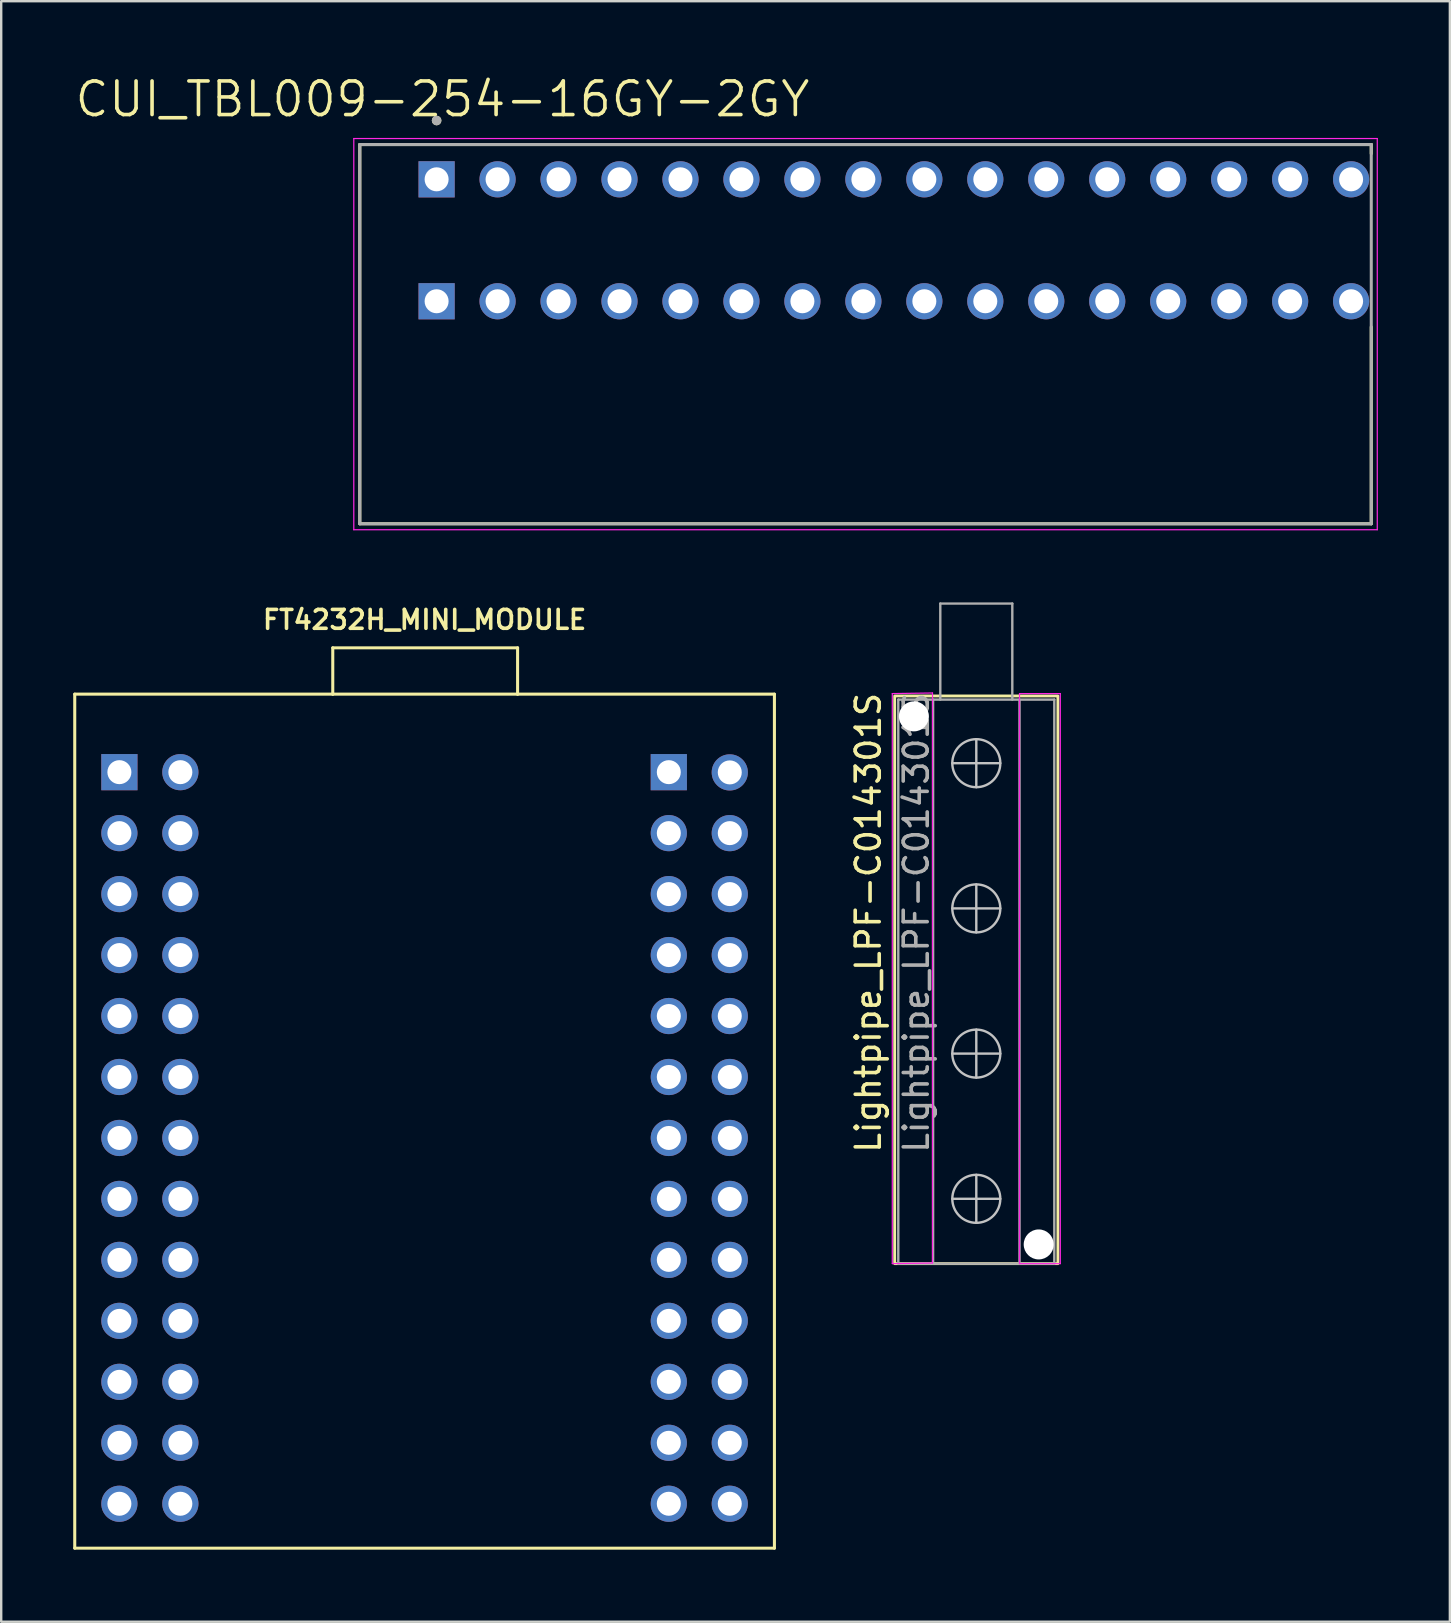
<source format=kicad_pcb>
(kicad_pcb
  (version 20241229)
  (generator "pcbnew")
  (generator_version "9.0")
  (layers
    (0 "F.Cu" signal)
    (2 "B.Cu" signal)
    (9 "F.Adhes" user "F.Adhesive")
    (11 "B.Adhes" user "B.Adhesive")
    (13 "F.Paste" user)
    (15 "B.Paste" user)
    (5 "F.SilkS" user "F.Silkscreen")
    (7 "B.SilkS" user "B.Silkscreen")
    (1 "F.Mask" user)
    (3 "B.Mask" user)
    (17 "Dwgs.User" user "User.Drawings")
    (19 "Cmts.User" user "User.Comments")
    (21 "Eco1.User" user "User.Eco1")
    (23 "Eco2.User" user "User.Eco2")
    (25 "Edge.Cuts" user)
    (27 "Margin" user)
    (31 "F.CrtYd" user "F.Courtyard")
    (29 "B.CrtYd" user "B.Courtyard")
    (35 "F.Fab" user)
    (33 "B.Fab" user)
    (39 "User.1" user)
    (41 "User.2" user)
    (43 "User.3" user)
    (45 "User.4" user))
  (footprint "FT4232H_MINI_MODULE"
    (layer "F.Cu")
    (at 14.639 45.63)
    (property "Reference" "FT4232H_MINI_MODULE" (at 0 -22.86 0) (layer "F.SilkS") (effects (font (size 0.787 0.787) (thickness 0.15))))
    (attr through_hole)
    (fp_line (start -14.575 -19.76) (end -14.575 15.82) (stroke (width 0.127) (type solid)) (layer "F.SilkS"))
    (fp_line (start -14.575 15.82) (end 14.575 15.82) (stroke (width 0.127) (type solid)) (layer "F.SilkS"))
    (fp_line (start -3.825 -21.69) (end 3.875 -21.69) (stroke (width 0.127) (type solid)) (layer "F.SilkS"))
    (fp_line (start -3.825 -19.76) (end -14.575 -19.76) (stroke (width 0.127) (type solid)) (layer "F.SilkS"))
    (fp_line (start -3.825 -19.76) (end -3.825 -21.69) (stroke (width 0.127) (type solid)) (layer "F.SilkS"))
    (fp_line (start 3.875 -21.69) (end 3.875 -19.76) (stroke (width 0.127) (type solid)) (layer "F.SilkS"))
    (fp_line (start 3.875 -19.76) (end -3.825 -19.76) (stroke (width 0.127) (type solid)) (layer "F.SilkS"))
    (fp_line (start 14.575 -19.76) (end 3.875 -19.76) (stroke (width 0.127) (type solid)) (layer "F.SilkS"))
    (fp_line (start 14.575 15.82) (end 14.575 -19.76) (stroke (width 0.127) (type solid)) (layer "F.SilkS"))
    (pad "CN2-1" thru_hole rect (at -12.715 -16.51) (size 1.508 1.508) (drill 1) (layers "*.Cu" "*.Mask"))
    (pad "CN2-2" thru_hole circle (at -10.175 -16.51) (size 1.508 1.508) (drill 1) (layers "*.Cu" "*.Mask"))
    (pad "CN2-3" thru_hole circle (at -12.715 -13.97) (size 1.508 1.508) (drill 1) (layers "*.Cu" "*.Mask"))
    (pad "CN2-4" thru_hole circle (at -10.175 -13.97) (size 1.508 1.508) (drill 1) (layers "*.Cu" "*.Mask"))
    (pad "CN2-5" thru_hole circle (at -12.715 -11.43) (size 1.508 1.508) (drill 1) (layers "*.Cu" "*.Mask"))
    (pad "CN2-6" thru_hole circle (at -10.175 -11.43) (size 1.508 1.508) (drill 1) (layers "*.Cu" "*.Mask"))
    (pad "CN2-7" thru_hole circle (at -12.715 -8.89) (size 1.508 1.508) (drill 1) (layers "*.Cu" "*.Mask"))
    (pad "CN2-8" thru_hole circle (at -10.175 -8.89) (size 1.508 1.508) (drill 1) (layers "*.Cu" "*.Mask"))
    (pad "CN2-9" thru_hole circle (at -12.715 -6.35) (size 1.508 1.508) (drill 1) (layers "*.Cu" "*.Mask"))
    (pad "CN2-10" thru_hole circle (at -10.175 -6.35) (size 1.508 1.508) (drill 1) (layers "*.Cu" "*.Mask"))
    (pad "CN2-11" thru_hole circle (at -12.715 -3.81) (size 1.508 1.508) (drill 1) (layers "*.Cu" "*.Mask"))
    (pad "CN2-12" thru_hole circle (at -10.175 -3.81) (size 1.508 1.508) (drill 1) (layers "*.Cu" "*.Mask"))
    (pad "CN2-13" thru_hole circle (at -12.715 -1.27) (size 1.508 1.508) (drill 1) (layers "*.Cu" "*.Mask"))
    (pad "CN2-14" thru_hole circle (at -10.175 -1.27) (size 1.508 1.508) (drill 1) (layers "*.Cu" "*.Mask"))
    (pad "CN2-15" thru_hole circle (at -12.715 1.27) (size 1.508 1.508) (drill 1) (layers "*.Cu" "*.Mask"))
    (pad "CN2-16" thru_hole circle (at -10.175 1.27) (size 1.508 1.508) (drill 1) (layers "*.Cu" "*.Mask"))
    (pad "CN2-17" thru_hole circle (at -12.715 3.81) (size 1.508 1.508) (drill 1) (layers "*.Cu" "*.Mask"))
    (pad "CN2-18" thru_hole circle (at -10.175 3.81) (size 1.508 1.508) (drill 1) (layers "*.Cu" "*.Mask"))
    (pad "CN2-19" thru_hole circle (at -12.715 6.35) (size 1.508 1.508) (drill 1) (layers "*.Cu" "*.Mask"))
    (pad "CN2-20" thru_hole circle (at -10.175 6.35) (size 1.508 1.508) (drill 1) (layers "*.Cu" "*.Mask"))
    (pad "CN2-21" thru_hole circle (at -12.715 8.89) (size 1.508 1.508) (drill 1) (layers "*.Cu" "*.Mask"))
    (pad "CN2-22" thru_hole circle (at -10.175 8.89) (size 1.508 1.508) (drill 1) (layers "*.Cu" "*.Mask"))
    (pad "CN2-23" thru_hole circle (at -12.715 11.43) (size 1.508 1.508) (drill 1) (layers "*.Cu" "*.Mask"))
    (pad "CN2-24" thru_hole circle (at -10.175 11.43) (size 1.508 1.508) (drill 1) (layers "*.Cu" "*.Mask"))
    (pad "CN2-25" thru_hole circle (at -12.715 13.97) (size 1.508 1.508) (drill 1) (layers "*.Cu" "*.Mask"))
    (pad "CN2-26" thru_hole circle (at -10.175 13.97) (size 1.508 1.508) (drill 1) (layers "*.Cu" "*.Mask"))
    (pad "CN3-1" thru_hole rect (at 10.175 -16.51) (size 1.508 1.508) (drill 1) (layers "*.Cu" "*.Mask"))
    (pad "CN3-2" thru_hole circle (at 12.715 -16.5) (size 1.508 1.508) (drill 1) (layers "*.Cu" "*.Mask"))
    (pad "CN3-3" thru_hole circle (at 10.175 -13.97) (size 1.508 1.508) (drill 1) (layers "*.Cu" "*.Mask"))
    (pad "CN3-4" thru_hole circle (at 12.715 -13.97) (size 1.508 1.508) (drill 1) (layers "*.Cu" "*.Mask"))
    (pad "CN3-5" thru_hole circle (at 10.175 -11.43) (size 1.508 1.508) (drill 1) (layers "*.Cu" "*.Mask"))
    (pad "CN3-6" thru_hole circle (at 12.715 -11.43) (size 1.508 1.508) (drill 1) (layers "*.Cu" "*.Mask"))
    (pad "CN3-7" thru_hole circle (at 10.175 -8.89) (size 1.508 1.508) (drill 1) (layers "*.Cu" "*.Mask"))
    (pad "CN3-8" thru_hole circle (at 12.715 -8.89) (size 1.508 1.508) (drill 1) (layers "*.Cu" "*.Mask"))
    (pad "CN3-9" thru_hole circle (at 10.175 -6.35) (size 1.508 1.508) (drill 1) (layers "*.Cu" "*.Mask"))
    (pad "CN3-10" thru_hole circle (at 12.715 -6.35) (size 1.508 1.508) (drill 1) (layers "*.Cu" "*.Mask"))
    (pad "CN3-11" thru_hole circle (at 10.175 -3.81) (size 1.508 1.508) (drill 1) (layers "*.Cu" "*.Mask"))
    (pad "CN3-12" thru_hole circle (at 12.715 -3.81) (size 1.508 1.508) (drill 1) (layers "*.Cu" "*.Mask"))
    (pad "CN3-13" thru_hole circle (at 10.175 -1.27) (size 1.508 1.508) (drill 1) (layers "*.Cu" "*.Mask"))
    (pad "CN3-14" thru_hole circle (at 12.715 -1.27) (size 1.508 1.508) (drill 1) (layers "*.Cu" "*.Mask"))
    (pad "CN3-15" thru_hole circle (at 10.175 1.27) (size 1.508 1.508) (drill 1) (layers "*.Cu" "*.Mask"))
    (pad "CN3-16" thru_hole circle (at 12.715 1.27) (size 1.508 1.508) (drill 1) (layers "*.Cu" "*.Mask"))
    (pad "CN3-17" thru_hole circle (at 10.175 3.81) (size 1.508 1.508) (drill 1) (layers "*.Cu" "*.Mask"))
    (pad "CN3-18" thru_hole circle (at 12.715 3.81) (size 1.508 1.508) (drill 1) (layers "*.Cu" "*.Mask"))
    (pad "CN3-19" thru_hole circle (at 10.175 6.35) (size 1.508 1.508) (drill 1) (layers "*.Cu" "*.Mask"))
    (pad "CN3-20" thru_hole circle (at 12.715 6.35) (size 1.508 1.508) (drill 1) (layers "*.Cu" "*.Mask"))
    (pad "CN3-21" thru_hole circle (at 10.175 8.89) (size 1.508 1.508) (drill 1) (layers "*.Cu" "*.Mask"))
    (pad "CN3-22" thru_hole circle (at 12.715 8.89) (size 1.508 1.508) (drill 1) (layers "*.Cu" "*.Mask"))
    (pad "CN3-23" thru_hole circle (at 10.175 11.43) (size 1.508 1.508) (drill 1) (layers "*.Cu" "*.Mask"))
    (pad "CN3-24" thru_hole circle (at 12.715 11.43) (size 1.508 1.508) (drill 1) (layers "*.Cu" "*.Mask"))
    (pad "CN3-25" thru_hole circle (at 10.175 13.97) (size 1.508 1.508) (drill 1) (layers "*.Cu" "*.Mask"))
    (pad "CN3-26" thru_hole circle (at 12.715 13.97) (size 1.508 1.508) (drill 1) (layers "*.Cu" "*.Mask")))
  (footprint "Lightpipe_LPF-C014301S"
    (layer "F.Cu")
    (at 37.625 26.096)
    (property "Reference" "Lightpipe_LPF-C014301S" (at -4.5 9.3 270) (layer "F.SilkS") (effects (font (size 1 1) (thickness 0.15))))
    (attr exclude_from_pos_files)
    (fp_rect (start -3.4 -0.15) (end 3.4 23.5) (stroke (width 0.12) (type solid)) (fill no) (layer "F.SilkS"))
    (fp_line (start 0 3.65) (end 0 1.65) (stroke (width 0.1) (type solid)) (layer "Dwgs.User"))
    (fp_line (start 0 9.7) (end 0 7.7) (stroke (width 0.1) (type solid)) (layer "Dwgs.User"))
    (fp_line (start 0 15.75) (end 0 13.75) (stroke (width 0.1) (type solid)) (layer "Dwgs.User"))
    (fp_line (start 0 21.8) (end 0 19.8) (stroke (width 0.1) (type solid)) (layer "Dwgs.User"))
    (fp_line (start 1 2.65) (end -1 2.65) (stroke (width 0.1) (type solid)) (layer "Dwgs.User"))
    (fp_line (start 1 8.7) (end -1 8.7) (stroke (width 0.1) (type solid)) (layer "Dwgs.User"))
    (fp_line (start 1 14.75) (end -1 14.75) (stroke (width 0.1) (type solid)) (layer "Dwgs.User"))
    (fp_line (start 1 20.8) (end -1 20.8) (stroke (width 0.1) (type solid)) (layer "Dwgs.User"))
    (fp_circle (center 0 2.65) (end 1 2.65) (stroke (width 0.1) (type solid)) (fill no) (layer "Dwgs.User"))
    (fp_circle (center 0 8.7) (end 1 8.7) (stroke (width 0.1) (type solid)) (fill no) (layer "Dwgs.User"))
    (fp_circle (center 0 14.75) (end 1 14.75) (stroke (width 0.1) (type solid)) (fill no) (layer "Dwgs.User"))
    (fp_circle (center 0 20.8) (end 1 20.8) (stroke (width 0.1) (type solid)) (fill no) (layer "Dwgs.User"))
    (fp_line (start -3.5 -0.25) (end -1.825 -0.275) (stroke (width 0.05) (type solid)) (layer "F.CrtYd"))
    (fp_line (start -3.5 23.5) (end -3.5 -0.25) (stroke (width 0.05) (type solid)) (layer "F.CrtYd"))
    (fp_line (start -1.825 -0.275) (end -1.825 23.475) (stroke (width 0.05) (type solid)) (layer "F.CrtYd"))
    (fp_line (start -1.825 23.475) (end -3.5 23.5) (stroke (width 0.05) (type solid)) (layer "F.CrtYd"))
    (fp_line (start 1.8 -0.25) (end 1.8 23.5) (stroke (width 0.05) (type solid)) (layer "F.CrtYd"))
    (fp_line (start 1.8 -0.25) (end 3.5 -0.25) (stroke (width 0.05) (type solid)) (layer "F.CrtYd"))
    (fp_line (start 3.5 -0.25) (end 3.5 23.5) (stroke (width 0.05) (type solid)) (layer "F.CrtYd"))
    (fp_line (start 3.5 23.5) (end 1.8 23.5) (stroke (width 0.05) (type solid)) (layer "F.CrtYd"))
    (fp_line (start -3.25 23.5) (end -3.25 0) (stroke (width 0.1) (type solid)) (layer "F.Fab"))
    (fp_line (start -1.8 23.5) (end -1.8 0) (stroke (width 0.1) (type solid)) (layer "F.Fab"))
    (fp_line (start -1.5 -4) (end -1.5 0) (stroke (width 0.1) (type solid)) (layer "F.Fab"))
    (fp_line (start 1.5 -4) (end -1.5 -4) (stroke (width 0.1) (type solid)) (layer "F.Fab"))
    (fp_line (start 1.5 0) (end 1.5 -4) (stroke (width 0.1) (type solid)) (layer "F.Fab"))
    (fp_line (start 1.8 23.5) (end 1.8 0) (stroke (width 0.1) (type solid)) (layer "F.Fab"))
    (fp_line (start 3.25 0) (end -3.25 0) (stroke (width 0.1) (type solid)) (layer "F.Fab"))
    (fp_line (start 3.25 23.5) (end -3.25 23.5) (stroke (width 0.1) (type solid)) (layer "F.Fab"))
    (fp_line (start 3.25 23.5) (end 3.25 0) (stroke (width 0.1) (type solid)) (layer "F.Fab"))
    (fp_text user "${REFERENCE}" (at -2.5 9.3 90) (layer "F.Fab") (effects (font (size 1 1) (thickness 0.15))))
    (pad "" np_thru_hole circle (at -2.6 0.7 180) (size 1.25 1.25) (drill 1.25) (layers "*.Cu" "*.Mask"))
    (pad "" np_thru_hole circle (at 2.6 22.7 180) (size 1.25 1.25) (drill 1.25) (layers "*.Cu" "*.Mask")))
  (footprint "CUI_TBL009-254-16GY-2GY"
    (layer "F.Cu")
    (at 15.14 4.421)
    (property "Reference" "CUI_TBL009-254-16GY-2GY" (at 0.245 -3.339 0) (layer "F.SilkS") (effects (font (size 1.4 1.4) (thickness 0.15))))
    (attr through_hole)
    (fp_line (start -3.2 -1.45) (end 38.94 -1.45) (stroke (width 0.127) (type solid)) (layer "F.SilkS"))
    (fp_line (start -3.2 14.35) (end -3.2 -1.45) (stroke (width 0.127) (type solid)) (layer "F.SilkS"))
    (fp_line (start 38.94 -1.45) (end 38.94 -1.07) (stroke (width 0.127) (type solid)) (layer "F.SilkS"))
    (fp_line (start 38.94 6.15) (end 38.94 14.35) (stroke (width 0.127) (type solid)) (layer "F.SilkS"))
    (fp_line (start 38.94 14.35) (end -3.2 14.35) (stroke (width 0.127) (type solid)) (layer "F.SilkS"))
    (fp_circle (center 0 -2.45) (end 0.1 -2.45) (stroke (width 0.2) (type solid)) (fill no) (layer "F.SilkS"))
    (fp_line (start -3.45 -1.7) (end 39.19 -1.7) (stroke (width 0.05) (type solid)) (layer "F.CrtYd"))
    (fp_line (start -3.45 14.6) (end -3.45 -1.7) (stroke (width 0.05) (type solid)) (layer "F.CrtYd"))
    (fp_line (start 39.19 -1.7) (end 39.19 14.6) (stroke (width 0.05) (type solid)) (layer "F.CrtYd"))
    (fp_line (start 39.19 14.6) (end -3.45 14.6) (stroke (width 0.05) (type solid)) (layer "F.CrtYd"))
    (fp_line (start -3.2 -1.45) (end 38.94 -1.45) (stroke (width 0.127) (type solid)) (layer "F.Fab"))
    (fp_line (start -3.2 14.35) (end -3.2 -1.45) (stroke (width 0.127) (type solid)) (layer "F.Fab"))
    (fp_line (start 38.94 -1.45) (end 38.94 14.35) (stroke (width 0.127) (type solid)) (layer "F.Fab"))
    (fp_line (start 38.94 14.35) (end -3.2 14.35) (stroke (width 0.127) (type solid)) (layer "F.Fab"))
    (fp_circle (center 0 -2.45) (end 0.1 -2.45) (stroke (width 0.2) (type solid)) (fill no) (layer "F.Fab"))
    (pad "1_A" thru_hole rect (at 0 0) (size 1.508 1.508) (drill 1) (layers "*.Cu" "*.Mask"))
    (pad "1_B" thru_hole rect (at 0 5.08) (size 1.508 1.508) (drill 1) (layers "*.Cu" "*.Mask"))
    (pad "2_A" thru_hole circle (at 2.54 0) (size 1.508 1.508) (drill 1) (layers "*.Cu" "*.Mask"))
    (pad "2_B" thru_hole circle (at 2.54 5.08) (size 1.508 1.508) (drill 1) (layers "*.Cu" "*.Mask"))
    (pad "3_A" thru_hole circle (at 5.08 0) (size 1.508 1.508) (drill 1) (layers "*.Cu" "*.Mask"))
    (pad "3_B" thru_hole circle (at 5.08 5.08) (size 1.508 1.508) (drill 1) (layers "*.Cu" "*.Mask"))
    (pad "4_A" thru_hole circle (at 7.62 0) (size 1.508 1.508) (drill 1) (layers "*.Cu" "*.Mask"))
    (pad "4_B" thru_hole circle (at 7.62 5.08) (size 1.508 1.508) (drill 1) (layers "*.Cu" "*.Mask"))
    (pad "5_A" thru_hole circle (at 10.16 0) (size 1.508 1.508) (drill 1) (layers "*.Cu" "*.Mask"))
    (pad "5_B" thru_hole circle (at 10.16 5.08) (size 1.508 1.508) (drill 1) (layers "*.Cu" "*.Mask"))
    (pad "6_A" thru_hole circle (at 12.7 0) (size 1.508 1.508) (drill 1) (layers "*.Cu" "*.Mask"))
    (pad "6_B" thru_hole circle (at 12.7 5.08) (size 1.508 1.508) (drill 1) (layers "*.Cu" "*.Mask"))
    (pad "7_A" thru_hole circle (at 15.24 0) (size 1.508 1.508) (drill 1) (layers "*.Cu" "*.Mask"))
    (pad "7_B" thru_hole circle (at 15.24 5.08) (size 1.508 1.508) (drill 1) (layers "*.Cu" "*.Mask"))
    (pad "8_A" thru_hole circle (at 17.78 0) (size 1.508 1.508) (drill 1) (layers "*.Cu" "*.Mask"))
    (pad "8_B" thru_hole circle (at 17.78 5.08) (size 1.508 1.508) (drill 1) (layers "*.Cu" "*.Mask"))
    (pad "9_A" thru_hole circle (at 20.32 0) (size 1.508 1.508) (drill 1) (layers "*.Cu" "*.Mask"))
    (pad "9_B" thru_hole circle (at 20.32 5.08) (size 1.508 1.508) (drill 1) (layers "*.Cu" "*.Mask"))
    (pad "10_A" thru_hole circle (at 22.86 0) (size 1.508 1.508) (drill 1) (layers "*.Cu" "*.Mask"))
    (pad "10_B" thru_hole circle (at 22.86 5.08) (size 1.508 1.508) (drill 1) (layers "*.Cu" "*.Mask"))
    (pad "11_A" thru_hole circle (at 25.4 0) (size 1.508 1.508) (drill 1) (layers "*.Cu" "*.Mask"))
    (pad "11_B" thru_hole circle (at 25.4 5.08) (size 1.508 1.508) (drill 1) (layers "*.Cu" "*.Mask"))
    (pad "12_A" thru_hole circle (at 27.94 0) (size 1.508 1.508) (drill 1) (layers "*.Cu" "*.Mask"))
    (pad "12_B" thru_hole circle (at 27.94 5.08) (size 1.508 1.508) (drill 1) (layers "*.Cu" "*.Mask"))
    (pad "13_A" thru_hole circle (at 30.48 0) (size 1.508 1.508) (drill 1) (layers "*.Cu" "*.Mask"))
    (pad "13_B" thru_hole circle (at 30.48 5.08) (size 1.508 1.508) (drill 1) (layers "*.Cu" "*.Mask"))
    (pad "14_A" thru_hole circle (at 33.02 0) (size 1.508 1.508) (drill 1) (layers "*.Cu" "*.Mask"))
    (pad "14_B" thru_hole circle (at 33.02 5.08) (size 1.508 1.508) (drill 1) (layers "*.Cu" "*.Mask"))
    (pad "15_A" thru_hole circle (at 35.56 0) (size 1.508 1.508) (drill 1) (layers "*.Cu" "*.Mask"))
    (pad "15_B" thru_hole circle (at 35.56 5.08) (size 1.508 1.508) (drill 1) (layers "*.Cu" "*.Mask"))
    (pad "16_A" thru_hole circle (at 38.1 0) (size 1.508 1.508) (drill 1) (layers "*.Cu" "*.Mask"))
    (pad "16_B" thru_hole circle (at 38.1 5.08) (size 1.508 1.508) (drill 1) (layers "*.Cu" "*.Mask")))
  (gr_rect
    (start -3 -3)
    (end 57.355 64.514)
    (stroke (width 0.1) (type default))
    (fill no)
    (layer "Edge.Cuts")))
</source>
